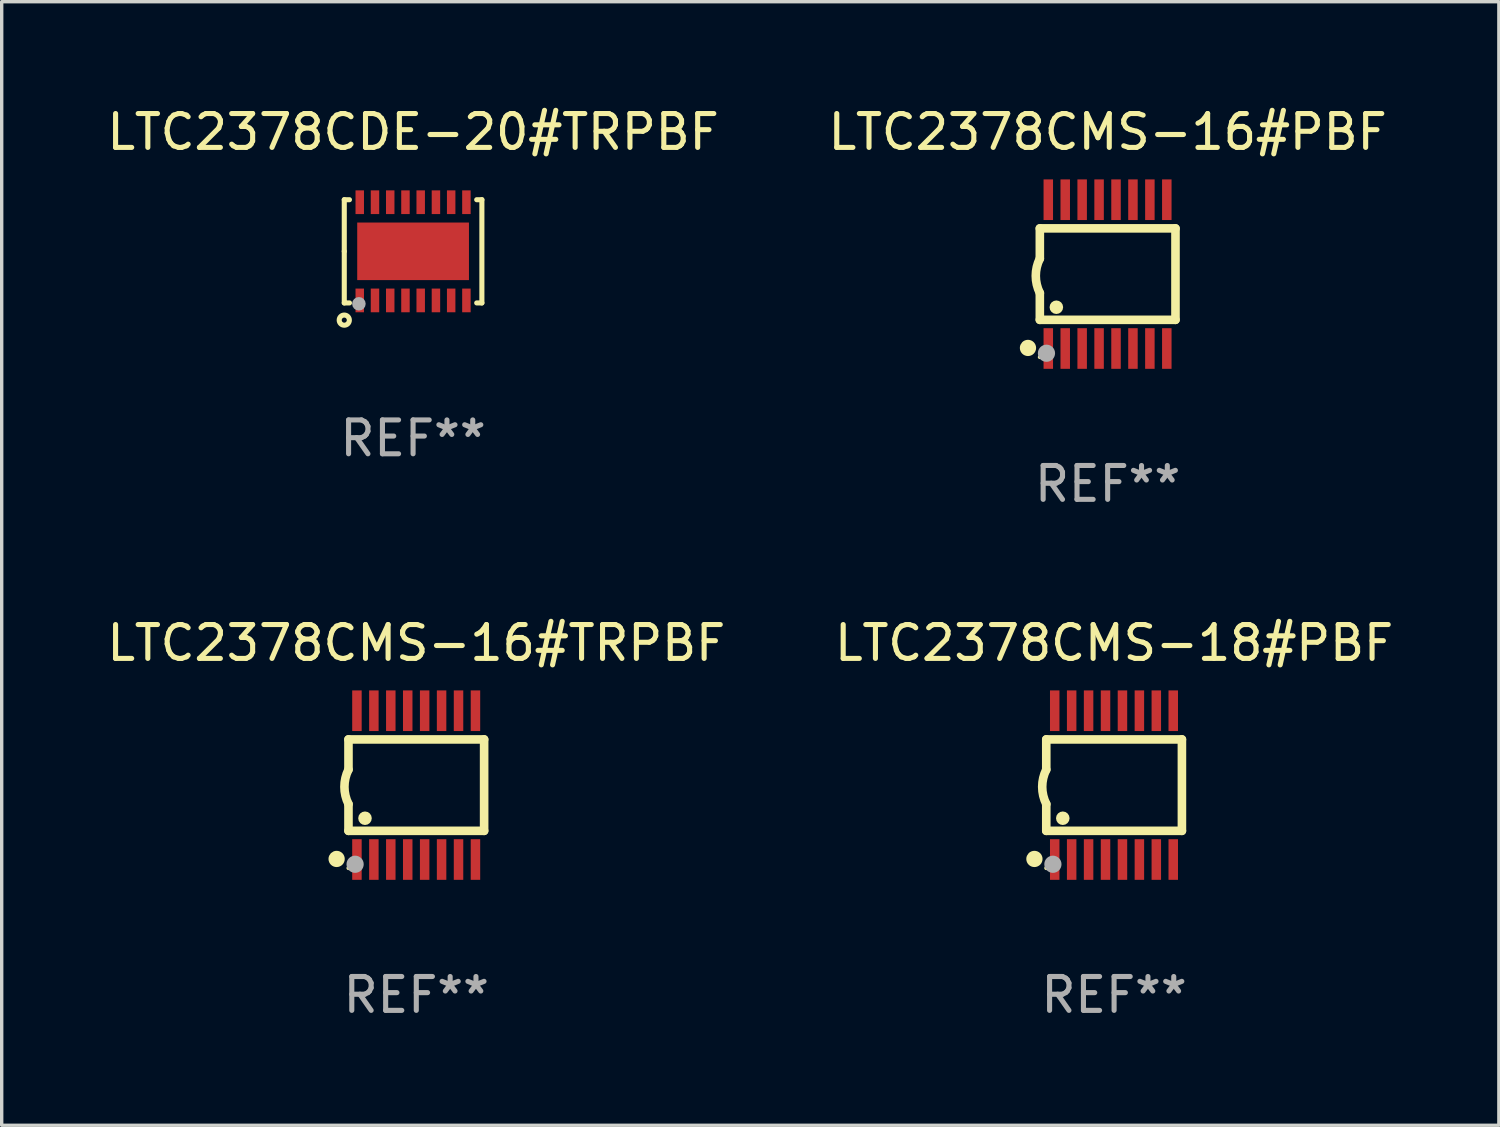
<source format=kicad_pcb>
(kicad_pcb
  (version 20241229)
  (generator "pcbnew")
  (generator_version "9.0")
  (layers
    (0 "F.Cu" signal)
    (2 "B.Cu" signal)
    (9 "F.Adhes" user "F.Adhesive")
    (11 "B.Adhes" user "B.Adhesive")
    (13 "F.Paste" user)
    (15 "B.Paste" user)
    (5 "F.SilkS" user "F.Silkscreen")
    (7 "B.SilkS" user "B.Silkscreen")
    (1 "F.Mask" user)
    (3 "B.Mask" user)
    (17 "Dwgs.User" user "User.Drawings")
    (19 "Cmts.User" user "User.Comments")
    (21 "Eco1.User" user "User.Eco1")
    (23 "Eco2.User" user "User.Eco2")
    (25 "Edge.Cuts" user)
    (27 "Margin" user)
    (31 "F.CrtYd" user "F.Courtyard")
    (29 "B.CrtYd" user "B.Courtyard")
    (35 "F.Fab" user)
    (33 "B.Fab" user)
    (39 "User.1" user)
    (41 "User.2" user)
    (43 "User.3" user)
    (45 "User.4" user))
  (footprint "LTC2378CMS-18#PBF"
    (layer "F.Cu")
    (at 29.851 20.136)
    (property "Reference" "LTC2378CMS-18#PBF" (at 0 -4.197 0) (layer "F.SilkS") (effects (font (size 1 1) (thickness 0.15))))
    (attr through_hole)
    (fp_line (start -2.003 -1.35) (end -2.003 -0.457) (stroke (width 0.254) (type solid)) (layer "F.SilkS"))
    (fp_line (start -2.003 -1.35) (end 2.003 -1.35) (stroke (width 0.254) (type solid)) (layer "F.SilkS"))
    (fp_line (start -2.003 1.35) (end -2.003 0.559) (stroke (width 0.254) (type solid)) (layer "F.SilkS"))
    (fp_line (start -2.003 1.35) (end 2.003 1.35) (stroke (width 0.254) (type solid)) (layer "F.SilkS"))
    (fp_line (start 2.003 -1.35) (end 2.003 1.35) (stroke (width 0.254) (type solid)) (layer "F.SilkS"))
    (fp_arc (start -2.002286 0.558802) (mid -2.122556 0.05092) (end -2.003302 -0.457201) (stroke (width 0.254001) (type solid)) (layer "F.SilkS"))
    (fp_circle (center -2.353 2.18) (end -2.233 2.18) (stroke (width 0.24) (type solid)) (fill no) (layer "F.SilkS"))
    (fp_circle (center -2.003 2.45) (end -1.973 2.45) (stroke (width 0.06) (type solid)) (fill no) (layer "F.SilkS"))
    (fp_circle (center -1.515 0.978) (end -1.415 0.978) (stroke (width 0.2) (type solid)) (fill no) (layer "F.SilkS"))
    (fp_circle (center -1.807 2.337) (end -1.68 2.337) (stroke (width 0.254) (type solid)) (fill no) (layer "F.Fab"))
    (fp_text user "REF**" (at 0 6.197 0) (layer "F.Fab") (effects (font (size 1 1) (thickness 0.15))))
    (pad "1" smd rect (at -1.753 2.197 90) (size 1.2 0.28) (layers "F.Cu" "F.Mask" "F.Paste"))
    (pad "2" smd rect (at -1.253 2.197 90) (size 1.2 0.28) (layers "F.Cu" "F.Mask" "F.Paste"))
    (pad "3" smd rect (at -0.753 2.197 90) (size 1.2 0.28) (layers "F.Cu" "F.Mask" "F.Paste"))
    (pad "4" smd rect (at -0.253 2.197 90) (size 1.2 0.28) (layers "F.Cu" "F.Mask" "F.Paste"))
    (pad "5" smd rect (at 0.247 2.197 90) (size 1.2 0.28) (layers "F.Cu" "F.Mask" "F.Paste"))
    (pad "6" smd rect (at 0.747 2.197 90) (size 1.2 0.28) (layers "F.Cu" "F.Mask" "F.Paste"))
    (pad "7" smd rect (at 1.247 2.197 90) (size 1.2 0.28) (layers "F.Cu" "F.Mask" "F.Paste"))
    (pad "8" smd rect (at 1.747 2.197 90) (size 1.2 0.28) (layers "F.Cu" "F.Mask" "F.Paste"))
    (pad "9" smd rect (at 1.747 -2.197 90) (size 1.2 0.28) (layers "F.Cu" "F.Mask" "F.Paste"))
    (pad "10" smd rect (at 1.247 -2.197 90) (size 1.2 0.28) (layers "F.Cu" "F.Mask" "F.Paste"))
    (pad "11" smd rect (at 0.747 -2.197 90) (size 1.2 0.28) (layers "F.Cu" "F.Mask" "F.Paste"))
    (pad "12" smd rect (at 0.247 -2.197 90) (size 1.2 0.28) (layers "F.Cu" "F.Mask" "F.Paste"))
    (pad "13" smd rect (at -0.253 -2.197 90) (size 1.2 0.28) (layers "F.Cu" "F.Mask" "F.Paste"))
    (pad "14" smd rect (at -0.753 -2.197 90) (size 1.2 0.28) (layers "F.Cu" "F.Mask" "F.Paste"))
    (pad "15" smd rect (at -1.253 -2.197 90) (size 1.2 0.28) (layers "F.Cu" "F.Mask" "F.Paste"))
    (pad "16" smd rect (at -1.753 -2.197 90) (size 1.2 0.28) (layers "F.Cu" "F.Mask" "F.Paste")))
  (footprint "LTC2378CMS-16#PBF"
    (layer "F.Cu")
    (at 29.661 5.045)
    (property "Reference" "LTC2378CMS-16#PBF" (at 0 -4.197 0) (layer "F.SilkS") (effects (font (size 1 1) (thickness 0.15))))
    (attr through_hole)
    (fp_line (start -2.003 -1.35) (end -2.003 -0.457) (stroke (width 0.254) (type solid)) (layer "F.SilkS"))
    (fp_line (start -2.003 -1.35) (end 2.003 -1.35) (stroke (width 0.254) (type solid)) (layer "F.SilkS"))
    (fp_line (start -2.003 1.35) (end -2.003 0.559) (stroke (width 0.254) (type solid)) (layer "F.SilkS"))
    (fp_line (start -2.003 1.35) (end 2.003 1.35) (stroke (width 0.254) (type solid)) (layer "F.SilkS"))
    (fp_line (start 2.003 -1.35) (end 2.003 1.35) (stroke (width 0.254) (type solid)) (layer "F.SilkS"))
    (fp_arc (start -2.002286 0.558802) (mid -2.122556 0.05092) (end -2.003302 -0.457201) (stroke (width 0.254001) (type solid)) (layer "F.SilkS"))
    (fp_circle (center -2.353 2.18) (end -2.233 2.18) (stroke (width 0.24) (type solid)) (fill no) (layer "F.SilkS"))
    (fp_circle (center -2.003 2.45) (end -1.973 2.45) (stroke (width 0.06) (type solid)) (fill no) (layer "F.SilkS"))
    (fp_circle (center -1.515 0.978) (end -1.415 0.978) (stroke (width 0.2) (type solid)) (fill no) (layer "F.SilkS"))
    (fp_circle (center -1.807 2.337) (end -1.68 2.337) (stroke (width 0.254) (type solid)) (fill no) (layer "F.Fab"))
    (fp_text user "REF**" (at 0 6.197 0) (layer "F.Fab") (effects (font (size 1 1) (thickness 0.15))))
    (pad "1" smd rect (at -1.753 2.197 90) (size 1.2 0.28) (layers "F.Cu" "F.Mask" "F.Paste"))
    (pad "2" smd rect (at -1.253 2.197 90) (size 1.2 0.28) (layers "F.Cu" "F.Mask" "F.Paste"))
    (pad "3" smd rect (at -0.753 2.197 90) (size 1.2 0.28) (layers "F.Cu" "F.Mask" "F.Paste"))
    (pad "4" smd rect (at -0.253 2.197 90) (size 1.2 0.28) (layers "F.Cu" "F.Mask" "F.Paste"))
    (pad "5" smd rect (at 0.247 2.197 90) (size 1.2 0.28) (layers "F.Cu" "F.Mask" "F.Paste"))
    (pad "6" smd rect (at 0.747 2.197 90) (size 1.2 0.28) (layers "F.Cu" "F.Mask" "F.Paste"))
    (pad "7" smd rect (at 1.247 2.197 90) (size 1.2 0.28) (layers "F.Cu" "F.Mask" "F.Paste"))
    (pad "8" smd rect (at 1.747 2.197 90) (size 1.2 0.28) (layers "F.Cu" "F.Mask" "F.Paste"))
    (pad "9" smd rect (at 1.747 -2.197 90) (size 1.2 0.28) (layers "F.Cu" "F.Mask" "F.Paste"))
    (pad "10" smd rect (at 1.247 -2.197 90) (size 1.2 0.28) (layers "F.Cu" "F.Mask" "F.Paste"))
    (pad "11" smd rect (at 0.747 -2.197 90) (size 1.2 0.28) (layers "F.Cu" "F.Mask" "F.Paste"))
    (pad "12" smd rect (at 0.247 -2.197 90) (size 1.2 0.28) (layers "F.Cu" "F.Mask" "F.Paste"))
    (pad "13" smd rect (at -0.253 -2.197 90) (size 1.2 0.28) (layers "F.Cu" "F.Mask" "F.Paste"))
    (pad "14" smd rect (at -0.753 -2.197 90) (size 1.2 0.28) (layers "F.Cu" "F.Mask" "F.Paste"))
    (pad "15" smd rect (at -1.253 -2.197 90) (size 1.2 0.28) (layers "F.Cu" "F.Mask" "F.Paste"))
    (pad "16" smd rect (at -1.753 -2.197 90) (size 1.2 0.28) (layers "F.Cu" "F.Mask" "F.Paste")))
  (footprint "LTC2378CDE-20#TRPBF"
    (layer "F.Cu")
    (at 9.149 4.372)
    (property "Reference" "LTC2378CDE-20#TRPBF" (at 0 -3.524 0) (layer "F.SilkS") (effects (font (size 1 1) (thickness 0.15))))
    (attr through_hole)
    (fp_line (start -2.032 -1.524) (end -1.879 -1.524) (stroke (width 0.15) (type solid)) (layer "F.SilkS"))
    (fp_line (start -2.032 0) (end -2.032 -1.524) (stroke (width 0.15) (type solid)) (layer "F.SilkS"))
    (fp_line (start -2.032 1.524) (end -2.032 0) (stroke (width 0.15) (type solid)) (layer "F.SilkS"))
    (fp_line (start -1.879 1.524) (end -2.032 1.524) (stroke (width 0.15) (type solid)) (layer "F.SilkS"))
    (fp_line (start 1.879 -1.524) (end 2.032 -1.524) (stroke (width 0.15) (type solid)) (layer "F.SilkS"))
    (fp_line (start 2.032 -1.524) (end 2.032 1.524) (stroke (width 0.15) (type solid)) (layer "F.SilkS"))
    (fp_line (start 2.032 1.524) (end 1.879 1.524) (stroke (width 0.15) (type solid)) (layer "F.SilkS"))
    (fp_circle (center -2.032 2.032) (end -1.882 2.032) (stroke (width 0.15) (type solid)) (fill no) (layer "F.SilkS"))
    (fp_circle (center -2 1.5) (end -1.97 1.5) (stroke (width 0.06) (type solid)) (fill no) (layer "F.SilkS"))
    (fp_circle (center -1.6 1.55) (end -1.5 1.55) (stroke (width 0.2) (type solid)) (fill no) (layer "F.Fab"))
    (fp_text user "REF**" (at 0 5.524 0) (layer "F.Fab") (effects (font (size 1 1) (thickness 0.15))))
    (pad "1" smd rect (at -1.575 1.45 90) (size 0.7 0.25) (layers "F.Cu" "F.Mask" "F.Paste"))
    (pad "2" smd rect (at -1.125 1.45 90) (size 0.7 0.25) (layers "F.Cu" "F.Mask" "F.Paste"))
    (pad "3" smd rect (at -0.675 1.45 90) (size 0.7 0.25) (layers "F.Cu" "F.Mask" "F.Paste"))
    (pad "4" smd rect (at -0.225 1.45 90) (size 0.7 0.25) (layers "F.Cu" "F.Mask" "F.Paste"))
    (pad "5" smd rect (at 0.225 1.45 90) (size 0.7 0.25) (layers "F.Cu" "F.Mask" "F.Paste"))
    (pad "6" smd rect (at 0.675 1.45 90) (size 0.7 0.25) (layers "F.Cu" "F.Mask" "F.Paste"))
    (pad "7" smd rect (at 1.125 1.45 90) (size 0.7 0.25) (layers "F.Cu" "F.Mask" "F.Paste"))
    (pad "8" smd rect (at 1.575 1.45 90) (size 0.7 0.25) (layers "F.Cu" "F.Mask" "F.Paste"))
    (pad "9" smd rect (at 1.575 -1.45 90) (size 0.7 0.25) (layers "F.Cu" "F.Mask" "F.Paste"))
    (pad "10" smd rect (at 1.125 -1.45 90) (size 0.7 0.25) (layers "F.Cu" "F.Mask" "F.Paste"))
    (pad "11" smd rect (at 0.675 -1.45 90) (size 0.7 0.25) (layers "F.Cu" "F.Mask" "F.Paste"))
    (pad "12" smd rect (at 0.225 -1.45 90) (size 0.7 0.25) (layers "F.Cu" "F.Mask" "F.Paste"))
    (pad "13" smd rect (at -0.225 -1.45 90) (size 0.7 0.25) (layers "F.Cu" "F.Mask" "F.Paste"))
    (pad "14" smd rect (at -0.675 -1.45 90) (size 0.7 0.25) (layers "F.Cu" "F.Mask" "F.Paste"))
    (pad "15" smd rect (at -1.125 -1.45 90) (size 0.7 0.25) (layers "F.Cu" "F.Mask" "F.Paste"))
    (pad "16" smd rect (at -1.575 -1.45 90) (size 0.7 0.25) (layers "F.Cu" "F.Mask" "F.Paste"))
    (pad "17" smd rect (at 0.000127 0 90) (size 1.7 3.3) (layers "F.Cu" "F.Mask" "F.Paste")))
  (footprint "LTC2378CMS-16#TRPBF"
    (layer "F.Cu")
    (at 9.244 20.136)
    (property "Reference" "LTC2378CMS-16#TRPBF" (at 0 -4.197 0) (layer "F.SilkS") (effects (font (size 1 1) (thickness 0.15))))
    (attr through_hole)
    (fp_line (start -2.003 -1.35) (end -2.003 -0.457) (stroke (width 0.254) (type solid)) (layer "F.SilkS"))
    (fp_line (start -2.003 -1.35) (end 2.003 -1.35) (stroke (width 0.254) (type solid)) (layer "F.SilkS"))
    (fp_line (start -2.003 1.35) (end -2.003 0.559) (stroke (width 0.254) (type solid)) (layer "F.SilkS"))
    (fp_line (start -2.003 1.35) (end 2.003 1.35) (stroke (width 0.254) (type solid)) (layer "F.SilkS"))
    (fp_line (start 2.003 -1.35) (end 2.003 1.35) (stroke (width 0.254) (type solid)) (layer "F.SilkS"))
    (fp_arc (start -2.002286 0.558802) (mid -2.122556 0.05092) (end -2.003302 -0.457201) (stroke (width 0.254001) (type solid)) (layer "F.SilkS"))
    (fp_circle (center -2.353 2.18) (end -2.233 2.18) (stroke (width 0.24) (type solid)) (fill no) (layer "F.SilkS"))
    (fp_circle (center -2.003 2.45) (end -1.973 2.45) (stroke (width 0.06) (type solid)) (fill no) (layer "F.SilkS"))
    (fp_circle (center -1.515 0.978) (end -1.415 0.978) (stroke (width 0.2) (type solid)) (fill no) (layer "F.SilkS"))
    (fp_circle (center -1.807 2.337) (end -1.68 2.337) (stroke (width 0.254) (type solid)) (fill no) (layer "F.Fab"))
    (fp_text user "REF**" (at 0 6.197 0) (layer "F.Fab") (effects (font (size 1 1) (thickness 0.15))))
    (pad "1" smd rect (at -1.753 2.197 90) (size 1.2 0.28) (layers "F.Cu" "F.Mask" "F.Paste"))
    (pad "2" smd rect (at -1.253 2.197 90) (size 1.2 0.28) (layers "F.Cu" "F.Mask" "F.Paste"))
    (pad "3" smd rect (at -0.753 2.197 90) (size 1.2 0.28) (layers "F.Cu" "F.Mask" "F.Paste"))
    (pad "4" smd rect (at -0.253 2.197 90) (size 1.2 0.28) (layers "F.Cu" "F.Mask" "F.Paste"))
    (pad "5" smd rect (at 0.247 2.197 90) (size 1.2 0.28) (layers "F.Cu" "F.Mask" "F.Paste"))
    (pad "6" smd rect (at 0.747 2.197 90) (size 1.2 0.28) (layers "F.Cu" "F.Mask" "F.Paste"))
    (pad "7" smd rect (at 1.247 2.197 90) (size 1.2 0.28) (layers "F.Cu" "F.Mask" "F.Paste"))
    (pad "8" smd rect (at 1.747 2.197 90) (size 1.2 0.28) (layers "F.Cu" "F.Mask" "F.Paste"))
    (pad "9" smd rect (at 1.747 -2.197 90) (size 1.2 0.28) (layers "F.Cu" "F.Mask" "F.Paste"))
    (pad "10" smd rect (at 1.247 -2.197 90) (size 1.2 0.28) (layers "F.Cu" "F.Mask" "F.Paste"))
    (pad "11" smd rect (at 0.747 -2.197 90) (size 1.2 0.28) (layers "F.Cu" "F.Mask" "F.Paste"))
    (pad "12" smd rect (at 0.247 -2.197 90) (size 1.2 0.28) (layers "F.Cu" "F.Mask" "F.Paste"))
    (pad "13" smd rect (at -0.253 -2.197 90) (size 1.2 0.28) (layers "F.Cu" "F.Mask" "F.Paste"))
    (pad "14" smd rect (at -0.753 -2.197 90) (size 1.2 0.28) (layers "F.Cu" "F.Mask" "F.Paste"))
    (pad "15" smd rect (at -1.253 -2.197 90) (size 1.2 0.28) (layers "F.Cu" "F.Mask" "F.Paste"))
    (pad "16" smd rect (at -1.753 -2.197 90) (size 1.2 0.28) (layers "F.Cu" "F.Mask" "F.Paste")))
  (gr_rect
    (start -3 -3)
    (end 41.214 30.181)
    (stroke (width 0.1) (type default))
    (fill no)
    (layer "Edge.Cuts")))
</source>
